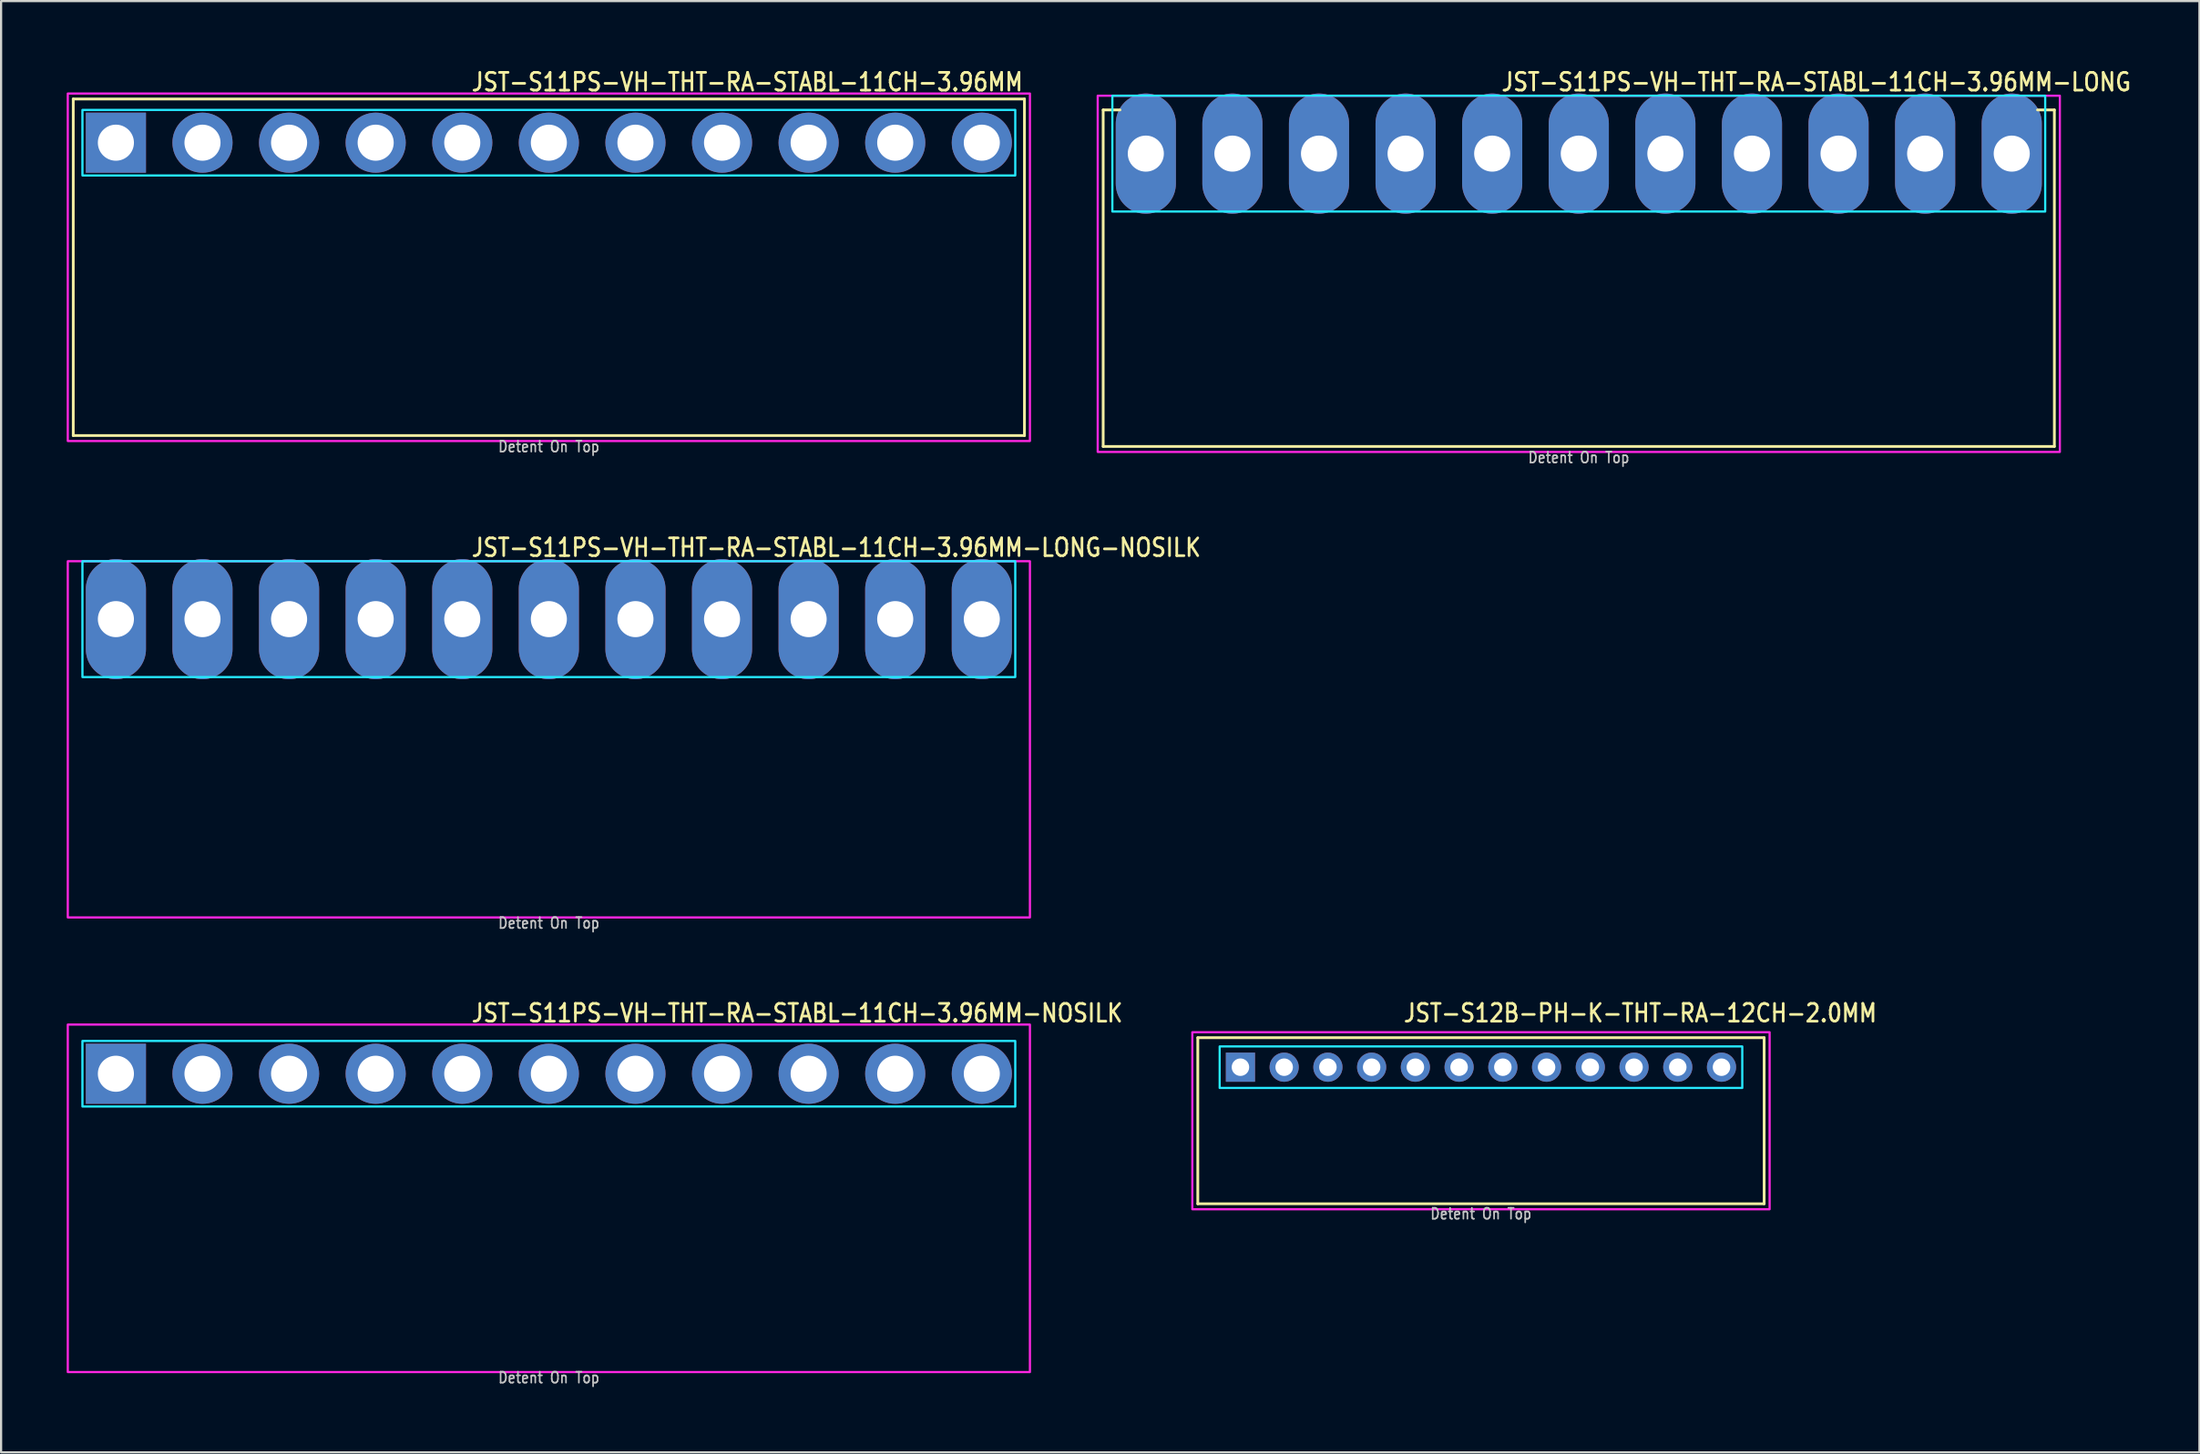
<source format=kicad_pcb>
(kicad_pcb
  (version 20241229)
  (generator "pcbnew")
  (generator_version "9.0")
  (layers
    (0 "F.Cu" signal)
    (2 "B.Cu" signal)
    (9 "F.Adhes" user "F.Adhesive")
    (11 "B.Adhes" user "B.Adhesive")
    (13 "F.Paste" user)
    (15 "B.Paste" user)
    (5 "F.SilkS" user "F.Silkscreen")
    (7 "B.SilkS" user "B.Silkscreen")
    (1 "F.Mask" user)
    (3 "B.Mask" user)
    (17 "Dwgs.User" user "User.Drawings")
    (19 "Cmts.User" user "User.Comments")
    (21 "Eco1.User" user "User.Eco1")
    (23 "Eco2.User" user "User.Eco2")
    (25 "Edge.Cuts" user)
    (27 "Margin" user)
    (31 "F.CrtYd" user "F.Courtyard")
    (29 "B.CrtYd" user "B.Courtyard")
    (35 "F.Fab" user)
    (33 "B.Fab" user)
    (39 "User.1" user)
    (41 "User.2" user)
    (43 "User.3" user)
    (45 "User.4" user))
  (footprint "JST-S11PS-VH-THT-RA-STABL-11CH-3.96MM-LONG"
    (layer "F.Cu")
    (at 69.15 3.979)
    (property "Reference" "JST-S11PS-VH-THT-RA-STABL-11CH-3.96MM-LONG" (at -3.6 -2.8 0) (unlocked yes) (layer "F.SilkS") (effects (font (size 0.813 0.695) (thickness 0.122)) (justify left bottom)))
    (fp_line (start -21.75 -2) (end -20.98 -2) (stroke (width 0.127) (type solid)) (layer "F.SilkS"))
    (fp_line (start -21.75 13.4) (end -21.75 -2) (stroke (width 0.127) (type solid)) (layer "F.SilkS"))
    (fp_line (start -21.75 13.4) (end 21.75 13.4) (stroke (width 0.127) (type solid)) (layer "F.SilkS"))
    (fp_line (start 21.75 -2) (end 20.98 -2) (stroke (width 0.127) (type solid)) (layer "F.SilkS"))
    (fp_line (start 21.75 -2) (end 21.75 13.4) (stroke (width 0.127) (type solid)) (layer "F.SilkS"))
    (fp_poly (pts (xy -21.33 -2.65) (xy -21.33 2.65) (xy 21.33 2.65) (xy 21.33 -2.65)) (stroke (width 0.1) (type solid)) (fill no) (layer "B.CrtYd"))
    (fp_poly (pts (xy -22 -2.65) (xy -22 13.65) (xy 22 13.65) (xy 22 -2.65)) (stroke (width 0.1) (type solid)) (fill no) (layer "F.CrtYd"))
    (fp_text user "Detent On Top" (at 0 14.2 0) (unlocked yes) (layer "Dwgs.User") (effects (font (size 0.5 0.427) (thickness 0.075)) (justify bottom)))
    (pad "1" thru_hole oval (at -19.8 0 90) (size 5.5 2.75) (drill 1.65) (layers "*.Cu" "*.Mask"))
    (pad "2" thru_hole oval (at -15.84 0 90) (size 5.5 2.75) (drill 1.65) (layers "*.Cu" "*.Mask"))
    (pad "3" thru_hole oval (at -11.88 0 90) (size 5.5 2.75) (drill 1.65) (layers "*.Cu" "*.Mask"))
    (pad "4" thru_hole oval (at -7.92 0 90) (size 5.5 2.75) (drill 1.65) (layers "*.Cu" "*.Mask"))
    (pad "5" thru_hole oval (at -3.96 0 90) (size 5.5 2.75) (drill 1.65) (layers "*.Cu" "*.Mask"))
    (pad "6" thru_hole oval (at 0 0 90) (size 5.5 2.75) (drill 1.65) (layers "*.Cu" "*.Mask"))
    (pad "7" thru_hole oval (at 3.96 0 90) (size 5.5 2.75) (drill 1.65) (layers "*.Cu" "*.Mask"))
    (pad "8" thru_hole oval (at 7.92 0 90) (size 5.5 2.75) (drill 1.65) (layers "*.Cu" "*.Mask"))
    (pad "9" thru_hole oval (at 11.88 0 90) (size 5.5 2.75) (drill 1.65) (layers "*.Cu" "*.Mask"))
    (pad "10" thru_hole oval (at 15.84 0 90) (size 5.5 2.75) (drill 1.65) (layers "*.Cu" "*.Mask"))
    (pad "11" thru_hole oval (at 19.8 0 90) (size 5.5 2.75) (drill 1.65) (layers "*.Cu" "*.Mask")))
  (footprint "JST-S11PS-VH-THT-RA-STABL-11CH-3.96MM-LONG-NOSILK"
    (layer "F.Cu")
    (at 22.05 25.28)
    (property "Reference" "JST-S11PS-VH-THT-RA-STABL-11CH-3.96MM-LONG-NOSILK" (at -3.6 -2.8 0) (unlocked yes) (layer "F.SilkS") (effects (font (size 0.813 0.695) (thickness 0.122)) (justify left bottom)))
    (fp_poly (pts (xy -21.33 -2.65) (xy -21.33 2.65) (xy 21.33 2.65) (xy 21.33 -2.65)) (stroke (width 0.1) (type solid)) (fill no) (layer "B.CrtYd"))
    (fp_poly (pts (xy -22 -2.65) (xy -22 13.65) (xy 22 13.65) (xy 22 -2.65)) (stroke (width 0.1) (type solid)) (fill no) (layer "F.CrtYd"))
    (fp_text user "Detent On Top" (at 0 14.2 0) (unlocked yes) (layer "Dwgs.User") (effects (font (size 0.5 0.427) (thickness 0.075)) (justify bottom)))
    (pad "1" thru_hole oval (at -19.8 0 90) (size 5.5 2.75) (drill 1.65) (layers "*.Cu" "*.Mask"))
    (pad "2" thru_hole oval (at -15.84 0 90) (size 5.5 2.75) (drill 1.65) (layers "*.Cu" "*.Mask"))
    (pad "3" thru_hole oval (at -11.88 0 90) (size 5.5 2.75) (drill 1.65) (layers "*.Cu" "*.Mask"))
    (pad "4" thru_hole oval (at -7.92 0 90) (size 5.5 2.75) (drill 1.65) (layers "*.Cu" "*.Mask"))
    (pad "5" thru_hole oval (at -3.96 0 90) (size 5.5 2.75) (drill 1.65) (layers "*.Cu" "*.Mask"))
    (pad "6" thru_hole oval (at 0 0 90) (size 5.5 2.75) (drill 1.65) (layers "*.Cu" "*.Mask"))
    (pad "7" thru_hole oval (at 3.96 0 90) (size 5.5 2.75) (drill 1.65) (layers "*.Cu" "*.Mask"))
    (pad "8" thru_hole oval (at 7.92 0 90) (size 5.5 2.75) (drill 1.65) (layers "*.Cu" "*.Mask"))
    (pad "9" thru_hole oval (at 11.88 0 90) (size 5.5 2.75) (drill 1.65) (layers "*.Cu" "*.Mask"))
    (pad "10" thru_hole oval (at 15.84 0 90) (size 5.5 2.75) (drill 1.65) (layers "*.Cu" "*.Mask"))
    (pad "11" thru_hole oval (at 19.8 0 90) (size 5.5 2.75) (drill 1.65) (layers "*.Cu" "*.Mask")))
  (footprint "JST-S11PS-VH-THT-RA-STABL-11CH-3.96MM-NOSILK"
    (layer "F.Cu")
    (at 22.05 46.082)
    (property "Reference" "JST-S11PS-VH-THT-RA-STABL-11CH-3.96MM-NOSILK" (at -3.6 -2.3 0) (unlocked yes) (layer "F.SilkS") (effects (font (size 0.813 0.695) (thickness 0.122)) (justify left bottom)))
    (fp_poly (pts (xy -21.33 -1.5) (xy -21.33 1.5) (xy 21.33 1.5) (xy 21.33 -1.5)) (stroke (width 0.1) (type solid)) (fill no) (layer "B.CrtYd"))
    (fp_poly (pts (xy -22 13.65) (xy 22 13.65) (xy 22 -2.25) (xy -22 -2.25)) (stroke (width 0.1) (type solid)) (fill no) (layer "F.CrtYd"))
    (fp_text user "Detent On Top" (at 0 14.2 0) (unlocked yes) (layer "Dwgs.User") (effects (font (size 0.5 0.427) (thickness 0.075)) (justify bottom)))
    (pad "1" thru_hole rect (at -19.8 0) (size 2.75 2.75) (drill 1.65) (layers "*.Cu" "*.Mask"))
    (pad "2" thru_hole oval (at -15.84 0) (size 2.75 2.75) (drill 1.65) (layers "*.Cu" "*.Mask"))
    (pad "3" thru_hole oval (at -11.88 0) (size 2.75 2.75) (drill 1.65) (layers "*.Cu" "*.Mask"))
    (pad "4" thru_hole oval (at -7.92 0) (size 2.75 2.75) (drill 1.65) (layers "*.Cu" "*.Mask"))
    (pad "5" thru_hole oval (at -3.96 0) (size 2.75 2.75) (drill 1.65) (layers "*.Cu" "*.Mask"))
    (pad "6" thru_hole oval (at 0 0) (size 2.75 2.75) (drill 1.65) (layers "*.Cu" "*.Mask"))
    (pad "7" thru_hole oval (at 3.96 0) (size 2.75 2.75) (drill 1.65) (layers "*.Cu" "*.Mask"))
    (pad "8" thru_hole oval (at 7.92 0) (size 2.75 2.75) (drill 1.65) (layers "*.Cu" "*.Mask"))
    (pad "9" thru_hole oval (at 11.88 0) (size 2.75 2.75) (drill 1.65) (layers "*.Cu" "*.Mask"))
    (pad "10" thru_hole oval (at 15.84 0) (size 2.75 2.75) (drill 1.65) (layers "*.Cu" "*.Mask"))
    (pad "11" thru_hole oval (at 19.8 0) (size 2.75 2.75) (drill 1.65) (layers "*.Cu" "*.Mask")))
  (footprint "JST-S12B-PH-K-THT-RA-12CH-2.0MM"
    (layer "F.Cu")
    (at 64.677 45.782)
    (property "Reference" "JST-S12B-PH-K-THT-RA-12CH-2.0MM" (at -3.6 -2 0) (unlocked yes) (layer "F.SilkS") (effects (font (size 0.813 0.695) (thickness 0.122)) (justify left bottom)))
    (fp_line (start -12.95 -1.35) (end 12.95 -1.35) (stroke (width 0.127) (type solid)) (layer "F.SilkS"))
    (fp_line (start -12.95 6.25) (end -12.95 -1.35) (stroke (width 0.127) (type solid)) (layer "F.SilkS"))
    (fp_line (start -12.95 6.25) (end 12.95 6.25) (stroke (width 0.127) (type solid)) (layer "F.SilkS"))
    (fp_line (start 12.95 -1.35) (end 12.95 6.25) (stroke (width 0.127) (type solid)) (layer "F.SilkS"))
    (fp_poly (pts (xy -11.95 -0.95) (xy -11.95 0.95) (xy 11.95 0.95) (xy 11.95 -0.95)) (stroke (width 0.1) (type solid)) (fill no) (layer "B.CrtYd"))
    (fp_poly (pts (xy -13.2 -1.6) (xy -13.2 6.5) (xy 13.2 6.5) (xy 13.2 -1.6)) (stroke (width 0.1) (type solid)) (fill no) (layer "F.CrtYd"))
    (fp_text user "Detent On Top" (at 0 7 0) (unlocked yes) (layer "Dwgs.User") (effects (font (size 0.5 0.427) (thickness 0.075)) (justify bottom)))
    (pad "1" thru_hole rect (at -11 0) (size 1.333 1.333) (drill 0.8) (layers "*.Cu" "*.Mask"))
    (pad "2" thru_hole oval (at -9 0) (size 1.333 1.333) (drill 0.8) (layers "*.Cu" "*.Mask"))
    (pad "3" thru_hole oval (at -7 0) (size 1.333 1.333) (drill 0.8) (layers "*.Cu" "*.Mask"))
    (pad "4" thru_hole oval (at -5 0) (size 1.333 1.333) (drill 0.8) (layers "*.Cu" "*.Mask"))
    (pad "5" thru_hole oval (at -3 0) (size 1.333 1.333) (drill 0.8) (layers "*.Cu" "*.Mask"))
    (pad "6" thru_hole oval (at -1 0) (size 1.333 1.333) (drill 0.8) (layers "*.Cu" "*.Mask"))
    (pad "7" thru_hole oval (at 1 0) (size 1.333 1.333) (drill 0.8) (layers "*.Cu" "*.Mask"))
    (pad "8" thru_hole oval (at 3 0) (size 1.333 1.333) (drill 0.8) (layers "*.Cu" "*.Mask"))
    (pad "9" thru_hole oval (at 5 0) (size 1.333 1.333) (drill 0.8) (layers "*.Cu" "*.Mask"))
    (pad "10" thru_hole oval (at 7 0) (size 1.333 1.333) (drill 0.8) (layers "*.Cu" "*.Mask"))
    (pad "11" thru_hole oval (at 9 0) (size 1.333 1.333) (drill 0.8) (layers "*.Cu" "*.Mask"))
    (pad "12" thru_hole oval (at 11 0) (size 1.333 1.333) (drill 0.8) (layers "*.Cu" "*.Mask")))
  (footprint "JST-S11PS-VH-THT-RA-STABL-11CH-3.96MM"
    (layer "F.Cu")
    (at 22.05 3.479)
    (property "Reference" "JST-S11PS-VH-THT-RA-STABL-11CH-3.96MM" (at -3.6 -2.3 0) (unlocked yes) (layer "F.SilkS") (effects (font (size 0.813 0.695) (thickness 0.122)) (justify left bottom)))
    (fp_line (start -21.75 -2) (end 21.75 -2) (stroke (width 0.127) (type solid)) (layer "F.SilkS"))
    (fp_line (start -21.75 13.4) (end -21.75 -2) (stroke (width 0.127) (type solid)) (layer "F.SilkS"))
    (fp_line (start -21.75 13.4) (end 21.75 13.4) (stroke (width 0.127) (type solid)) (layer "F.SilkS"))
    (fp_line (start 21.75 -2) (end 21.75 13.4) (stroke (width 0.127) (type solid)) (layer "F.SilkS"))
    (fp_poly (pts (xy -21.33 -1.5) (xy -21.33 1.5) (xy 21.33 1.5) (xy 21.33 -1.5)) (stroke (width 0.1) (type solid)) (fill no) (layer "B.CrtYd"))
    (fp_poly (pts (xy -22 13.65) (xy 22 13.65) (xy 22 -2.25) (xy -22 -2.25)) (stroke (width 0.1) (type solid)) (fill no) (layer "F.CrtYd"))
    (fp_text user "Detent On Top" (at 0 14.2 0) (unlocked yes) (layer "Dwgs.User") (effects (font (size 0.5 0.427) (thickness 0.075)) (justify bottom)))
    (pad "1" thru_hole rect (at -19.8 0) (size 2.75 2.75) (drill 1.65) (layers "*.Cu" "*.Mask"))
    (pad "2" thru_hole oval (at -15.84 0) (size 2.75 2.75) (drill 1.65) (layers "*.Cu" "*.Mask"))
    (pad "3" thru_hole oval (at -11.88 0) (size 2.75 2.75) (drill 1.65) (layers "*.Cu" "*.Mask"))
    (pad "4" thru_hole oval (at -7.92 0) (size 2.75 2.75) (drill 1.65) (layers "*.Cu" "*.Mask"))
    (pad "5" thru_hole oval (at -3.96 0) (size 2.75 2.75) (drill 1.65) (layers "*.Cu" "*.Mask"))
    (pad "6" thru_hole oval (at 0 0) (size 2.75 2.75) (drill 1.65) (layers "*.Cu" "*.Mask"))
    (pad "7" thru_hole oval (at 3.96 0) (size 2.75 2.75) (drill 1.65) (layers "*.Cu" "*.Mask"))
    (pad "8" thru_hole oval (at 7.92 0) (size 2.75 2.75) (drill 1.65) (layers "*.Cu" "*.Mask"))
    (pad "9" thru_hole oval (at 11.88 0) (size 2.75 2.75) (drill 1.65) (layers "*.Cu" "*.Mask"))
    (pad "10" thru_hole oval (at 15.84 0) (size 2.75 2.75) (drill 1.65) (layers "*.Cu" "*.Mask"))
    (pad "11" thru_hole oval (at 19.8 0) (size 2.75 2.75) (drill 1.65) (layers "*.Cu" "*.Mask")))
  (gr_rect
    (start -3 -3)
    (end 97.534 63.405)
    (stroke (width 0.1) (type default))
    (fill no)
    (layer "Edge.Cuts")))
</source>
